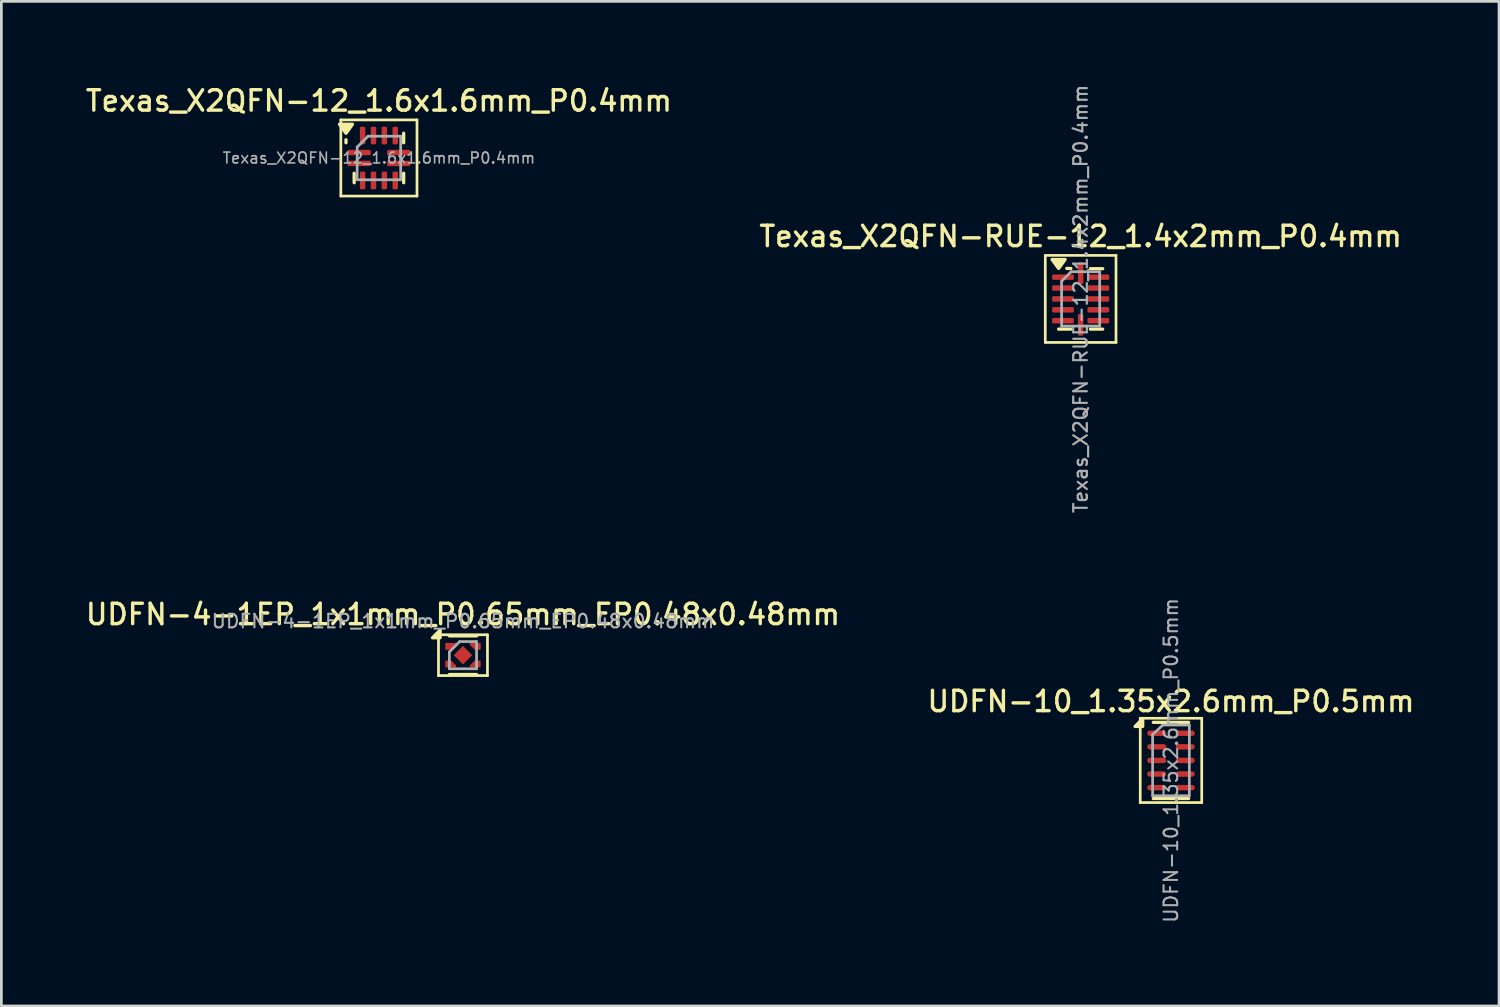
<source format=kicad_pcb>
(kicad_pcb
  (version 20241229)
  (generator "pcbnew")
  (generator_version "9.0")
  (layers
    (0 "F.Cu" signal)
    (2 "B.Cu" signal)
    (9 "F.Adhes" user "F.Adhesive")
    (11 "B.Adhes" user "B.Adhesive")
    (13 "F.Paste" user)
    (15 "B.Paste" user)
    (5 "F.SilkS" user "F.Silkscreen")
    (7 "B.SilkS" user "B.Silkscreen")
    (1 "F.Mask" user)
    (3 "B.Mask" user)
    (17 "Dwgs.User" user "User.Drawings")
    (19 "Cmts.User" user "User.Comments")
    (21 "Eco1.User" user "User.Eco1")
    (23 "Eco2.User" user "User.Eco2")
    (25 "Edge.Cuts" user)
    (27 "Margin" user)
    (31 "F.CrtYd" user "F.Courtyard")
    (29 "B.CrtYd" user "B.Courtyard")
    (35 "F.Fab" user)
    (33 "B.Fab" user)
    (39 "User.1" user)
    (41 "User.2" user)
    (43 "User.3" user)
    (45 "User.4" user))
  (footprint "UDFN-10_1.35x2.6mm_P0.5mm"
    (layer "F.Cu")
    (at 39.998 24.905)
    (property "Reference" "UDFN-10_1.35x2.6mm_P0.5mm" (at 0 -2.17 0) (layer "F.SilkS") (effects (font (size 0.75 0.75) (thickness 0.125))))
    (attr smd)
    (fp_line (start -1.13 -1.55) (end -1.13 1.55) (stroke (width 0.1) (type solid)) (layer "F.SilkS"))
    (fp_line (start -1.13 -1.55) (end 1.13 -1.55) (stroke (width 0.1) (type solid)) (layer "F.SilkS"))
    (fp_line (start -1.13 1.55) (end 1.13 1.55) (stroke (width 0.1) (type solid)) (layer "F.SilkS"))
    (fp_line (start -0.65 -1.4) (end 0.65 -1.4) (stroke (width 0.12) (type solid)) (layer "F.SilkS"))
    (fp_line (start -0.65 1.4) (end 0.65 1.4) (stroke (width 0.12) (type solid)) (layer "F.SilkS"))
    (fp_line (start 1.13 -1.55) (end 1.13 1.55) (stroke (width 0.1) (type solid)) (layer "F.SilkS"))
    (fp_poly (pts (xy -1.04 -1.25) (xy -1.32 -1.25) (xy -1.04 -1.53) (xy -1.04 -1.25)) (stroke (width 0.12) (type solid)) (fill yes) (layer "F.SilkS"))
    (fp_line (start -0.675 -0.95) (end -0.3 -1.3) (stroke (width 0.1) (type solid)) (layer "F.Fab"))
    (fp_line (start -0.675 1.3) (end -0.675 -0.95) (stroke (width 0.1) (type solid)) (layer "F.Fab"))
    (fp_line (start -0.3 -1.3) (end 0.675 -1.3) (stroke (width 0.1) (type solid)) (layer "F.Fab"))
    (fp_line (start 0.675 -1.3) (end 0.675 1.3) (stroke (width 0.1) (type solid)) (layer "F.Fab"))
    (fp_line (start 0.675 1.3) (end -0.675 1.3) (stroke (width 0.1) (type solid)) (layer "F.Fab"))
    (fp_text user "${REFERENCE}" (at 0 0 90) (layer "F.Fab") (effects (font (size 0.5 0.5) (thickness 0.075))))
    (pad "1" smd oval (at -0.525 -1) (size 0.7 0.2) (layers "F.Cu" "F.Mask" "F.Paste"))
    (pad "2" smd oval (at -0.525 -0.5) (size 0.7 0.2) (layers "F.Cu" "F.Mask" "F.Paste"))
    (pad "3" smd oval (at -0.525 0) (size 0.7 0.2) (layers "F.Cu" "F.Mask" "F.Paste"))
    (pad "4" smd oval (at -0.525 0.5) (size 0.7 0.2) (layers "F.Cu" "F.Mask" "F.Paste"))
    (pad "5" smd oval (at -0.525 1) (size 0.7 0.2) (layers "F.Cu" "F.Mask" "F.Paste"))
    (pad "6" smd oval (at 0.525 1) (size 0.7 0.2) (layers "F.Cu" "F.Mask" "F.Paste"))
    (pad "7" smd oval (at 0.525 0.5) (size 0.7 0.2) (layers "F.Cu" "F.Mask" "F.Paste"))
    (pad "8" smd oval (at 0.525 0) (size 0.7 0.2) (layers "F.Cu" "F.Mask" "F.Paste"))
    (pad "9" smd oval (at 0.525 -0.5) (size 0.7 0.2) (layers "F.Cu" "F.Mask" "F.Paste"))
    (pad "10" smd oval (at 0.525 -1) (size 0.7 0.2) (layers "F.Cu" "F.Mask" "F.Paste")))
  (footprint "Texas_X2QFN-RUE-12_1.4x2mm_P0.4mm"
    (layer "F.Cu")
    (at 36.677 7.939)
    (property "Reference" "Texas_X2QFN-RUE-12_1.4x2mm_P0.4mm" (at 0 -2.3 0) (layer "F.SilkS") (effects (font (size 0.75 0.75) (thickness 0.125))))
    (attr smd)
    (fp_line (start -1.3 -1.6) (end -1.3 1.6) (stroke (width 0.1) (type solid)) (layer "F.SilkS"))
    (fp_line (start -1.3 1.6) (end 1.3 1.6) (stroke (width 0.1) (type solid)) (layer "F.SilkS"))
    (fp_line (start -0.36 -1.12) (end -0.51 -1.12) (stroke (width 0.12) (type solid)) (layer "F.SilkS"))
    (fp_line (start -0.36 1.11) (end -0.81 1.11) (stroke (width 0.12) (type solid)) (layer "F.SilkS"))
    (fp_line (start 0.36 -1.11) (end 0.81 -1.11) (stroke (width 0.12) (type solid)) (layer "F.SilkS"))
    (fp_line (start 0.36 1.11) (end 0.81 1.11) (stroke (width 0.12) (type solid)) (layer "F.SilkS"))
    (fp_line (start 1.3 -1.6) (end -1.3 -1.6) (stroke (width 0.1) (type solid)) (layer "F.SilkS"))
    (fp_line (start 1.3 1.6) (end 1.3 -1.6) (stroke (width 0.1) (type solid)) (layer "F.SilkS"))
    (fp_poly (pts (xy -0.81 -1.12) (xy -1.05 -1.45) (xy -0.57 -1.45) (xy -0.81 -1.12)) (stroke (width 0.12) (type solid)) (fill yes) (layer "F.SilkS"))
    (fp_line (start -0.7 -0.65) (end -0.35 -1) (stroke (width 0.1) (type solid)) (layer "F.Fab"))
    (fp_line (start -0.7 1) (end -0.7 -0.65) (stroke (width 0.1) (type solid)) (layer "F.Fab"))
    (fp_line (start -0.35 -1) (end 0.7 -1) (stroke (width 0.1) (type solid)) (layer "F.Fab"))
    (fp_line (start 0.7 -1) (end 0.7 1) (stroke (width 0.1) (type solid)) (layer "F.Fab"))
    (fp_line (start 0.7 1) (end -0.7 1) (stroke (width 0.1) (type solid)) (layer "F.Fab"))
    (fp_text user "${REFERENCE}" (at 0 0 90) (layer "F.Fab") (effects (font (size 0.5 0.5) (thickness 0.08))))
    (pad "1" smd roundrect (at -0.65 -0.8) (size 0.8 0.2) (layers "F.Cu" "F.Mask" "F.Paste") (roundrect_rratio 0.25))
    (pad "2" smd roundrect (at -0.65 -0.4) (size 0.8 0.2) (layers "F.Cu" "F.Mask" "F.Paste") (roundrect_rratio 0.25))
    (pad "3" smd roundrect (at -0.65 0) (size 0.8 0.2) (layers "F.Cu" "F.Mask" "F.Paste") (roundrect_rratio 0.25))
    (pad "4" smd roundrect (at -0.65 0.4) (size 0.8 0.2) (layers "F.Cu" "F.Mask" "F.Paste") (roundrect_rratio 0.25))
    (pad "5" smd roundrect (at -0.65 0.8) (size 0.8 0.2) (layers "F.Cu" "F.Mask" "F.Paste") (roundrect_rratio 0.25))
    (pad "6" smd roundrect (at 0 0.95) (size 0.2 0.8) (layers "F.Cu" "F.Mask" "F.Paste") (roundrect_rratio 0.25))
    (pad "7" smd roundrect (at 0.65 0.8) (size 0.8 0.2) (layers "F.Cu" "F.Mask" "F.Paste") (roundrect_rratio 0.25))
    (pad "8" smd roundrect (at 0.65 0.4) (size 0.8 0.2) (layers "F.Cu" "F.Mask" "F.Paste") (roundrect_rratio 0.25))
    (pad "9" smd roundrect (at 0.65 0) (size 0.8 0.2) (layers "F.Cu" "F.Mask" "F.Paste") (roundrect_rratio 0.25))
    (pad "10" smd roundrect (at 0.65 -0.4) (size 0.8 0.2) (layers "F.Cu" "F.Mask" "F.Paste") (roundrect_rratio 0.25))
    (pad "11" smd roundrect (at 0.65 -0.8) (size 0.8 0.2) (layers "F.Cu" "F.Mask" "F.Paste") (roundrect_rratio 0.25))
    (pad "12" smd roundrect (at 0 -0.95) (size 0.2 0.8) (layers "F.Cu" "F.Mask" "F.Paste") (roundrect_rratio 0.25)))
  (footprint "Texas_X2QFN-12_1.6x1.6mm_P0.4mm"
    (layer "F.Cu")
    (at 10.88 2.758)
    (property "Reference" "Texas_X2QFN-12_1.6x1.6mm_P0.4mm" (at 0 -2.1 0) (layer "F.SilkS") (effects (font (size 0.75 0.75) (thickness 0.125))))
    (attr smd)
    (fp_line (start -1.4 -1.4) (end -1.4 1.4) (stroke (width 0.1) (type solid)) (layer "F.SilkS"))
    (fp_line (start -1.4 1.4) (end 1.4 1.4) (stroke (width 0.1) (type solid)) (layer "F.SilkS"))
    (fp_line (start -1.21 -0.56) (end -1.21 -0.67) (stroke (width 0.12) (type solid)) (layer "F.SilkS"))
    (fp_line (start -0.91 0.91) (end -0.91 0.56) (stroke (width 0.12) (type solid)) (layer "F.SilkS"))
    (fp_line (start 0.91 -0.91) (end 0.91 -0.56) (stroke (width 0.12) (type solid)) (layer "F.SilkS"))
    (fp_line (start 0.91 0.91) (end 0.91 0.56) (stroke (width 0.12) (type solid)) (layer "F.SilkS"))
    (fp_line (start 1.4 -1.4) (end -1.4 -1.4) (stroke (width 0.1) (type solid)) (layer "F.SilkS"))
    (fp_line (start 1.4 1.4) (end 1.4 -1.4) (stroke (width 0.1) (type solid)) (layer "F.SilkS"))
    (fp_poly (pts (xy -1.21 -0.91) (xy -1.45 -1.24) (xy -0.97 -1.24) (xy -1.21 -0.91)) (stroke (width 0.12) (type solid)) (fill yes) (layer "F.SilkS"))
    (fp_line (start -0.8 -0.4) (end -0.4 -0.8) (stroke (width 0.1) (type solid)) (layer "F.Fab"))
    (fp_line (start -0.8 0.8) (end -0.8 -0.4) (stroke (width 0.1) (type solid)) (layer "F.Fab"))
    (fp_line (start -0.4 -0.8) (end 0.8 -0.8) (stroke (width 0.1) (type solid)) (layer "F.Fab"))
    (fp_line (start 0.8 -0.8) (end 0.8 0.8) (stroke (width 0.1) (type solid)) (layer "F.Fab"))
    (fp_line (start 0.8 0.8) (end -0.8 0.8) (stroke (width 0.1) (type solid)) (layer "F.Fab"))
    (fp_text user "${REFERENCE}" (at 0 0 0) (layer "F.Fab") (effects (font (size 0.4 0.4) (thickness 0.06))))
    (pad "1" smd roundrect (at -0.725 -0.2) (size 0.85 0.2) (layers "F.Cu" "F.Mask" "F.Paste") (roundrect_rratio 0.25))
    (pad "2" smd roundrect (at -0.725 0.2) (size 0.85 0.2) (layers "F.Cu" "F.Mask" "F.Paste") (roundrect_rratio 0.25))
    (pad "3" smd roundrect (at -0.6 0.825) (size 0.2 0.65) (layers "F.Cu" "F.Mask" "F.Paste") (roundrect_rratio 0.25))
    (pad "4" smd roundrect (at -0.2 0.825) (size 0.2 0.65) (layers "F.Cu" "F.Mask" "F.Paste") (roundrect_rratio 0.25))
    (pad "5" smd roundrect (at 0.2 0.825) (size 0.2 0.65) (layers "F.Cu" "F.Mask" "F.Paste") (roundrect_rratio 0.25))
    (pad "6" smd roundrect (at 0.6 0.825) (size 0.2 0.65) (layers "F.Cu" "F.Mask" "F.Paste") (roundrect_rratio 0.25))
    (pad "7" smd roundrect (at 0.725 0.2) (size 0.85 0.2) (layers "F.Cu" "F.Mask" "F.Paste") (roundrect_rratio 0.25))
    (pad "8" smd roundrect (at 0.725 -0.2) (size 0.85 0.2) (layers "F.Cu" "F.Mask" "F.Paste") (roundrect_rratio 0.25))
    (pad "9" smd roundrect (at 0.6 -0.825) (size 0.2 0.65) (layers "F.Cu" "F.Mask" "F.Paste") (roundrect_rratio 0.25))
    (pad "10" smd roundrect (at 0.2 -0.825) (size 0.2 0.65) (layers "F.Cu" "F.Mask" "F.Paste") (roundrect_rratio 0.25))
    (pad "11" smd roundrect (at -0.2 -0.825) (size 0.2 0.65) (layers "F.Cu" "F.Mask" "F.Paste") (roundrect_rratio 0.25))
    (pad "12" smd roundrect (at -0.6 -0.825) (size 0.2 0.65) (layers "F.Cu" "F.Mask" "F.Paste") (roundrect_rratio 0.25)))
  (footprint "UDFN-4-1EP_1x1mm_P0.65mm_EP0.48x0.48mm"
    (layer "F.Cu")
    (at 13.97 21.036)
    (property "Reference" "UDFN-4-1EP_1x1mm_P0.65mm_EP0.48x0.48mm" (at 0 -1.5 0) (layer "F.SilkS") (effects (font (size 0.75 0.75) (thickness 0.125))))
    (attr smd)
    (fp_line (start -0.9 -0.75) (end 0.9 -0.75) (stroke (width 0.1) (type solid)) (layer "F.SilkS"))
    (fp_line (start -0.9 0.75) (end -0.9 -0.75) (stroke (width 0.1) (type solid)) (layer "F.SilkS"))
    (fp_line (start 0.5 -0.71) (end -0.5 -0.71) (stroke (width 0.12) (type solid)) (layer "F.SilkS"))
    (fp_line (start 0.5 0.71) (end -0.5 0.71) (stroke (width 0.12) (type solid)) (layer "F.SilkS"))
    (fp_line (start 0.9 -0.75) (end 0.9 0.75) (stroke (width 0.1) (type solid)) (layer "F.SilkS"))
    (fp_line (start 0.9 0.75) (end -0.9 0.75) (stroke (width 0.1) (type solid)) (layer "F.SilkS"))
    (fp_poly (pts (xy -0.84 -0.64) (xy -1.12 -0.64) (xy -0.84 -0.92) (xy -0.84 -0.64)) (stroke (width 0.12) (type solid)) (fill yes) (layer "F.SilkS"))
    (fp_line (start -0.5 0.5) (end -0.5 -0.12) (stroke (width 0.1) (type solid)) (layer "F.Fab"))
    (fp_line (start -0.12 -0.5) (end -0.5 -0.12) (stroke (width 0.1) (type solid)) (layer "F.Fab"))
    (fp_line (start -0.12 -0.5) (end 0.5 -0.5) (stroke (width 0.1) (type solid)) (layer "F.Fab"))
    (fp_line (start 0.5 -0.5) (end 0.5 0.5) (stroke (width 0.1) (type solid)) (layer "F.Fab"))
    (fp_line (start 0.5 0.5) (end -0.5 0.5) (stroke (width 0.1) (type solid)) (layer "F.Fab"))
    (fp_text user "${REFERENCE}" (at 0 -1.25 0) (layer "F.Fab") (effects (font (size 0.5 0.5) (thickness 0.075))))
    (pad "1" smd custom (at -0.54 -0.325) (size 0.22 0.25) (layers "F.Cu" "F.Mask" "F.Paste") (options (anchor rect)) (primitives (gr_poly (pts (xy 0.11 0.125) (xy 0.11 -0.125) (xy 0.36 -0.125)) (width 0) (fill yes))))
    (pad "2" smd custom (at -0.54 0.325) (size 0.22 0.25) (layers "F.Cu" "F.Mask" "F.Paste") (options (anchor rect)) (primitives (gr_poly (pts (xy 0.29 0.055) (xy 0.29 0.125) (xy 0.11 0.125) (xy 0.11 -0.125)) (width 0) (fill yes))))
    (pad "3" smd custom (at 0.54 0.325) (size 0.22 0.25) (layers "F.Cu" "F.Mask" "F.Paste") (options (anchor rect)) (primitives (gr_poly (pts (xy -0.11 0.125) (xy -0.29 0.125) (xy -0.29 0.055) (xy -0.11 -0.125)) (width 0) (fill yes))))
    (pad "4" smd custom (at 0.54 -0.325) (size 0.22 0.25) (layers "F.Cu" "F.Mask" "F.Paste") (options (anchor rect)) (primitives (gr_poly (pts (xy -0.11 0.125) (xy -0.29 -0.055) (xy -0.29 -0.125) (xy -0.11 -0.125)) (width 0) (fill yes))))
    (pad "5" smd rect (at 0 0 45) (size 0.48 0.48) (layers "F.Cu" "F.Mask" "F.Paste")))
  (gr_rect
    (start -3 -3)
    (end 52.057 33.932)
    (stroke (width 0.1) (type default))
    (fill no)
    (layer "Edge.Cuts")))
</source>
